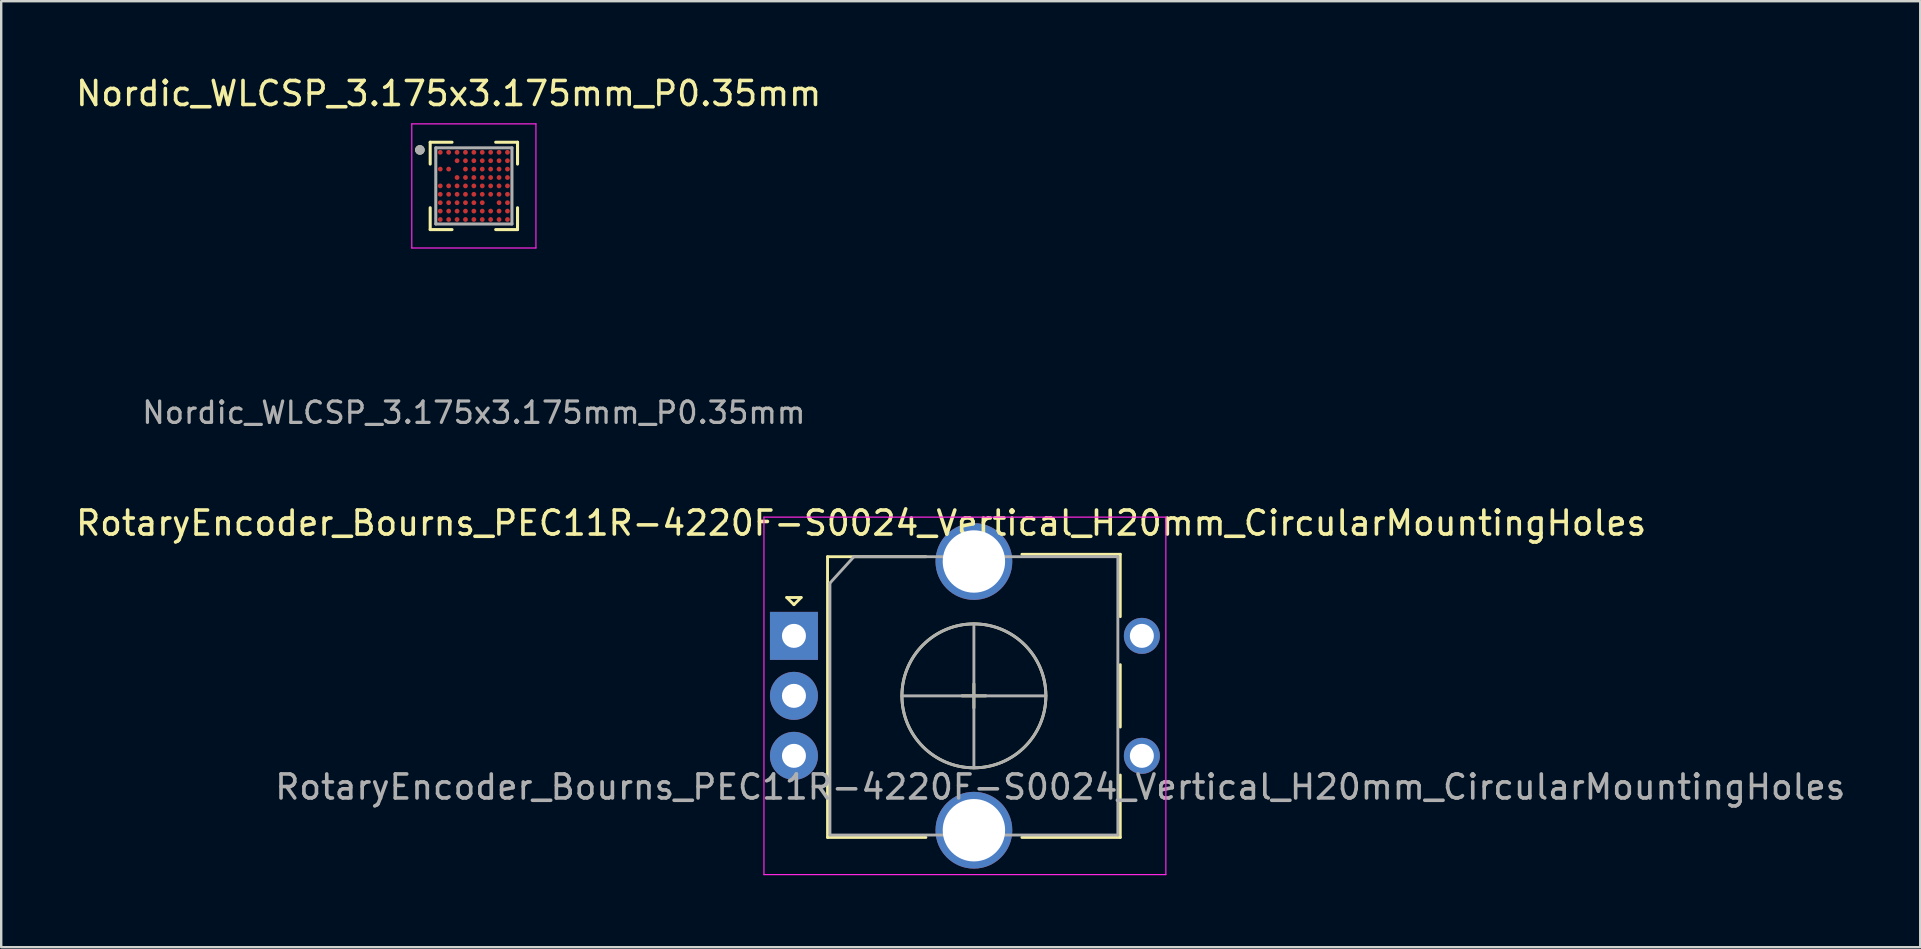
<source format=kicad_pcb>
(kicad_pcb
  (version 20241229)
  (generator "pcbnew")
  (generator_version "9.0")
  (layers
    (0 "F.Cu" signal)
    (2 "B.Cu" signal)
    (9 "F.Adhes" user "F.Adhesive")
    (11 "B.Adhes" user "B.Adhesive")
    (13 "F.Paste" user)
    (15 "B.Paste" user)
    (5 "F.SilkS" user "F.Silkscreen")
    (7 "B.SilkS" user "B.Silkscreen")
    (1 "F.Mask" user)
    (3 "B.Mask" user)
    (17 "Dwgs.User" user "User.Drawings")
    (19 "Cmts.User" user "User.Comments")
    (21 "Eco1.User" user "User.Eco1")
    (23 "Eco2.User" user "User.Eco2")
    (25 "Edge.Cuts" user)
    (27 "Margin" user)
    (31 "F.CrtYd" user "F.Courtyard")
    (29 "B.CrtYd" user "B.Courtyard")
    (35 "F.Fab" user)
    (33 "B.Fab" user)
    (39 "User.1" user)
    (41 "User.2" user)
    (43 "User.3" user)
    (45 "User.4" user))
  (footprint "RotaryEncoder_Bourns_PEC11R-4220F-S0024_Vertical_H20mm_CircularMountingHoles"
    (layer "F.Cu")
    (at 30.039 23.451)
    (property "Reference" "RotaryEncoder_Bourns_PEC11R-4220F-S0024_Vertical_H20mm_CircularMountingHoles" (at 2.8 -4.7 0) (layer "F.SilkS") (effects (font (size 1 1) (thickness 0.15))))
    (attr through_hole)
    (fp_line (start -0.3 -1.6) (end 0.3 -1.6) (stroke (width 0.12) (type solid)) (layer "F.SilkS"))
    (fp_line (start 0 -1.3) (end -0.3 -1.6) (stroke (width 0.12) (type solid)) (layer "F.SilkS"))
    (fp_line (start 0.3 -1.6) (end 0 -1.3) (stroke (width 0.12) (type solid)) (layer "F.SilkS"))
    (fp_line (start 1.4 -3.3) (end 1.4 8.4) (stroke (width 0.12) (type solid)) (layer "F.SilkS"))
    (fp_line (start 5.5 -3.3) (end 1.4 -3.3) (stroke (width 0.12) (type solid)) (layer "F.SilkS"))
    (fp_line (start 5.5 8.4) (end 1.4 8.4) (stroke (width 0.12) (type solid)) (layer "F.SilkS"))
    (fp_line (start 7 2.5) (end 8 2.5) (stroke (width 0.12) (type solid)) (layer "F.SilkS"))
    (fp_line (start 7.5 2) (end 7.5 3) (stroke (width 0.12) (type solid)) (layer "F.SilkS"))
    (fp_line (start 9.5 -3.4) (end 13.6 -3.4) (stroke (width 0.12) (type solid)) (layer "F.SilkS"))
    (fp_line (start 13.6 -3.4) (end 13.6 -0.8) (stroke (width 0.12) (type solid)) (layer "F.SilkS"))
    (fp_line (start 13.6 1.2) (end 13.6 3.8) (stroke (width 0.12) (type solid)) (layer "F.SilkS"))
    (fp_line (start 13.6 5.8) (end 13.6 8.4) (stroke (width 0.12) (type solid)) (layer "F.SilkS"))
    (fp_line (start 13.6 8.4) (end 9.5 8.4) (stroke (width 0.12) (type solid)) (layer "F.SilkS"))
    (fp_circle (center 7.5 2.5) (end 10.5 2.5) (stroke (width 0.12) (type solid)) (fill no) (layer "F.SilkS"))
    (fp_line (start -1.25 -4.95) (end -1.25 9.95) (stroke (width 0.05) (type solid)) (layer "F.CrtYd"))
    (fp_line (start -1.25 -4.95) (end 15.5 -4.95) (stroke (width 0.05) (type solid)) (layer "F.CrtYd"))
    (fp_line (start 15.5 9.95) (end -1.25 9.95) (stroke (width 0.05) (type solid)) (layer "F.CrtYd"))
    (fp_line (start 15.5 9.95) (end 15.5 -4.95) (stroke (width 0.05) (type solid)) (layer "F.CrtYd"))
    (fp_line (start 1.5 -2.2) (end 2.5 -3.3) (stroke (width 0.12) (type solid)) (layer "F.Fab"))
    (fp_line (start 1.5 8.3) (end 1.5 -2.2) (stroke (width 0.12) (type solid)) (layer "F.Fab"))
    (fp_line (start 2.5 -3.3) (end 13.5 -3.3) (stroke (width 0.12) (type solid)) (layer "F.Fab"))
    (fp_line (start 4.5 2.5) (end 10.5 2.5) (stroke (width 0.12) (type solid)) (layer "F.Fab"))
    (fp_line (start 7.5 -0.5) (end 7.5 5.5) (stroke (width 0.12) (type solid)) (layer "F.Fab"))
    (fp_line (start 13.5 -3.3) (end 13.5 8.3) (stroke (width 0.12) (type solid)) (layer "F.Fab"))
    (fp_line (start 13.5 8.3) (end 1.5 8.3) (stroke (width 0.12) (type solid)) (layer "F.Fab"))
    (fp_circle (center 7.5 2.5) (end 10.5 2.5) (stroke (width 0.12) (type solid)) (fill no) (layer "F.Fab"))
    (fp_text user "${REFERENCE}" (at 11.1 6.3 0) (layer "F.Fab") (effects (font (size 1 1) (thickness 0.15))))
    (pad "" thru_hole circle (at 14.5 0) (size 1.5 1.5) (drill 1) (layers "*.Cu" "*.Mask"))
    (pad "" thru_hole circle (at 14.5 5) (size 1.5 1.5) (drill 1) (layers "*.Cu" "*.Mask"))
    (pad "A" thru_hole rect (at 0 0) (size 2 2) (drill 1) (layers "*.Cu" "*.Mask"))
    (pad "B" thru_hole circle (at 0 5) (size 2 2) (drill 1) (layers "*.Cu" "*.Mask"))
    (pad "C" thru_hole circle (at 0 2.5) (size 2 2) (drill 1) (layers "*.Cu" "*.Mask"))
    (pad "MP" thru_hole circle (at 7.5 -3.1) (size 3.2 3.2) (drill 2.6) (layers "*.Cu" "*.Mask"))
    (pad "MP" thru_hole circle (at 7.5 8.1) (size 3.2 3.2) (drill 2.6) (layers "*.Cu" "*.Mask")))
  (footprint "Nordic_WLCSP_3.175x3.175mm_P0.35mm"
    (layer "F.Cu")
    (at 16.699 4.698)
    (property "Reference" "Nordic_WLCSP_3.175x3.175mm_P0.35mm" (at -1.05 -3.85 0) (layer "F.SilkS") (effects (font (size 1 1) (thickness 0.15))))
    (attr smd)
    (fp_circle (center -1.4 -1.4) (end -1.325 -1.4) (stroke (width 0.15) (type solid)) (fill no) (layer "F.Mask"))
    (fp_circle (center -1.4 -0.7) (end -1.325 -0.7) (stroke (width 0.15) (type solid)) (fill no) (layer "F.Mask"))
    (fp_circle (center -1.4 0) (end -1.325 0) (stroke (width 0.15) (type solid)) (fill no) (layer "F.Mask"))
    (fp_circle (center -1.4 0.35) (end -1.325 0.35) (stroke (width 0.15) (type solid)) (fill no) (layer "F.Mask"))
    (fp_circle (center -1.4 0.7) (end -1.325 0.7) (stroke (width 0.15) (type solid)) (fill no) (layer "F.Mask"))
    (fp_circle (center -1.4 1.05) (end -1.325 1.05) (stroke (width 0.15) (type solid)) (fill no) (layer "F.Mask"))
    (fp_circle (center -1.4 1.4) (end -1.325 1.4) (stroke (width 0.15) (type solid)) (fill no) (layer "F.Mask"))
    (fp_circle (center -1.05 -1.4) (end -0.975 -1.4) (stroke (width 0.15) (type solid)) (fill no) (layer "F.Mask"))
    (fp_circle (center -1.05 -0.7) (end -0.975 -0.7) (stroke (width 0.15) (type solid)) (fill no) (layer "F.Mask"))
    (fp_circle (center -1.05 0) (end -0.975 0) (stroke (width 0.15) (type solid)) (fill no) (layer "F.Mask"))
    (fp_circle (center -1.05 0.35) (end -0.975 0.35) (stroke (width 0.15) (type solid)) (fill no) (layer "F.Mask"))
    (fp_circle (center -1.05 0.7) (end -0.975 0.7) (stroke (width 0.15) (type solid)) (fill no) (layer "F.Mask"))
    (fp_circle (center -1.05 1.05) (end -0.975 1.05) (stroke (width 0.15) (type solid)) (fill no) (layer "F.Mask"))
    (fp_circle (center -1.05 1.4) (end -0.975 1.4) (stroke (width 0.15) (type solid)) (fill no) (layer "F.Mask"))
    (fp_circle (center -0.7 -1.4) (end -0.625 -1.4) (stroke (width 0.15) (type solid)) (fill no) (layer "F.Mask"))
    (fp_circle (center -0.7 -1.05) (end -0.625 -1.05) (stroke (width 0.15) (type solid)) (fill no) (layer "F.Mask"))
    (fp_circle (center -0.7 -0.35) (end -0.625 -0.35) (stroke (width 0.15) (type solid)) (fill no) (layer "F.Mask"))
    (fp_circle (center -0.7 0) (end -0.625 0) (stroke (width 0.15) (type solid)) (fill no) (layer "F.Mask"))
    (fp_circle (center -0.7 0.35) (end -0.625 0.35) (stroke (width 0.15) (type solid)) (fill no) (layer "F.Mask"))
    (fp_circle (center -0.7 0.7) (end -0.625 0.7) (stroke (width 0.15) (type solid)) (fill no) (layer "F.Mask"))
    (fp_circle (center -0.7 1.05) (end -0.625 1.05) (stroke (width 0.15) (type solid)) (fill no) (layer "F.Mask"))
    (fp_circle (center -0.7 1.4) (end -0.625 1.4) (stroke (width 0.15) (type solid)) (fill no) (layer "F.Mask"))
    (fp_circle (center -0.35 -1.4) (end -0.275 -1.4) (stroke (width 0.15) (type solid)) (fill no) (layer "F.Mask"))
    (fp_circle (center -0.35 -1.05) (end -0.275 -1.05) (stroke (width 0.15) (type solid)) (fill no) (layer "F.Mask"))
    (fp_circle (center -0.35 -0.7) (end -0.275 -0.7) (stroke (width 0.15) (type solid)) (fill no) (layer "F.Mask"))
    (fp_circle (center -0.35 -0.35) (end -0.275 -0.35) (stroke (width 0.15) (type solid)) (fill no) (layer "F.Mask"))
    (fp_circle (center -0.35 0) (end -0.275 0) (stroke (width 0.15) (type solid)) (fill no) (layer "F.Mask"))
    (fp_circle (center -0.35 0.35) (end -0.275 0.35) (stroke (width 0.15) (type solid)) (fill no) (layer "F.Mask"))
    (fp_circle (center -0.35 0.7) (end -0.275 0.7) (stroke (width 0.15) (type solid)) (fill no) (layer "F.Mask"))
    (fp_circle (center -0.35 1.05) (end -0.275 1.05) (stroke (width 0.15) (type solid)) (fill no) (layer "F.Mask"))
    (fp_circle (center -0.35 1.4) (end -0.275 1.4) (stroke (width 0.15) (type solid)) (fill no) (layer "F.Mask"))
    (fp_circle (center 0 -1.4) (end 0.075 -1.4) (stroke (width 0.15) (type solid)) (fill no) (layer "F.Mask"))
    (fp_circle (center 0 -1.05) (end 0.075 -1.05) (stroke (width 0.15) (type solid)) (fill no) (layer "F.Mask"))
    (fp_circle (center 0 -0.7) (end 0.075 -0.7) (stroke (width 0.15) (type solid)) (fill no) (layer "F.Mask"))
    (fp_circle (center 0 -0.35) (end 0.075 -0.35) (stroke (width 0.15) (type solid)) (fill no) (layer "F.Mask"))
    (fp_circle (center 0 0) (end 0.075 0) (stroke (width 0.15) (type solid)) (fill no) (layer "F.Mask"))
    (fp_circle (center 0 0.35) (end 0.075 0.35) (stroke (width 0.15) (type solid)) (fill no) (layer "F.Mask"))
    (fp_circle (center 0 0.7) (end 0.075 0.7) (stroke (width 0.15) (type solid)) (fill no) (layer "F.Mask"))
    (fp_circle (center 0 1.05) (end 0.075 1.05) (stroke (width 0.15) (type solid)) (fill no) (layer "F.Mask"))
    (fp_circle (center 0 1.4) (end 0.075 1.4) (stroke (width 0.15) (type solid)) (fill no) (layer "F.Mask"))
    (fp_circle (center 0.35 -1.4) (end 0.425 -1.4) (stroke (width 0.15) (type solid)) (fill no) (layer "F.Mask"))
    (fp_circle (center 0.35 -1.05) (end 0.425 -1.05) (stroke (width 0.15) (type solid)) (fill no) (layer "F.Mask"))
    (fp_circle (center 0.35 -0.7) (end 0.425 -0.7) (stroke (width 0.15) (type solid)) (fill no) (layer "F.Mask"))
    (fp_circle (center 0.35 -0.35) (end 0.425 -0.35) (stroke (width 0.15) (type solid)) (fill no) (layer "F.Mask"))
    (fp_circle (center 0.35 0) (end 0.425 0) (stroke (width 0.15) (type solid)) (fill no) (layer "F.Mask"))
    (fp_circle (center 0.35 0.35) (end 0.425 0.35) (stroke (width 0.15) (type solid)) (fill no) (layer "F.Mask"))
    (fp_circle (center 0.35 0.7) (end 0.425 0.7) (stroke (width 0.15) (type solid)) (fill no) (layer "F.Mask"))
    (fp_circle (center 0.35 1.05) (end 0.425 1.05) (stroke (width 0.15) (type solid)) (fill no) (layer "F.Mask"))
    (fp_circle (center 0.35 1.4) (end 0.425 1.4) (stroke (width 0.15) (type solid)) (fill no) (layer "F.Mask"))
    (fp_circle (center 0.7 -1.4) (end 0.775 -1.4) (stroke (width 0.15) (type solid)) (fill no) (layer "F.Mask"))
    (fp_circle (center 0.7 -1.05) (end 0.775 -1.05) (stroke (width 0.15) (type solid)) (fill no) (layer "F.Mask"))
    (fp_circle (center 0.7 -0.7) (end 0.775 -0.7) (stroke (width 0.15) (type solid)) (fill no) (layer "F.Mask"))
    (fp_circle (center 0.7 -0.35) (end 0.775 -0.35) (stroke (width 0.15) (type solid)) (fill no) (layer "F.Mask"))
    (fp_circle (center 0.7 0) (end 0.775 0) (stroke (width 0.15) (type solid)) (fill no) (layer "F.Mask"))
    (fp_circle (center 0.7 0.35) (end 0.775 0.35) (stroke (width 0.15) (type solid)) (fill no) (layer "F.Mask"))
    (fp_circle (center 0.7 1.05) (end 0.775 1.05) (stroke (width 0.15) (type solid)) (fill no) (layer "F.Mask"))
    (fp_circle (center 0.7 1.4) (end 0.775 1.4) (stroke (width 0.15) (type solid)) (fill no) (layer "F.Mask"))
    (fp_circle (center 1.05 -1.4) (end 1.125 -1.4) (stroke (width 0.15) (type solid)) (fill no) (layer "F.Mask"))
    (fp_circle (center 1.05 -1.05) (end 1.125 -1.05) (stroke (width 0.15) (type solid)) (fill no) (layer "F.Mask"))
    (fp_circle (center 1.05 -0.7) (end 1.125 -0.7) (stroke (width 0.15) (type solid)) (fill no) (layer "F.Mask"))
    (fp_circle (center 1.05 -0.35) (end 1.125 -0.35) (stroke (width 0.15) (type solid)) (fill no) (layer "F.Mask"))
    (fp_circle (center 1.05 0) (end 1.125 0) (stroke (width 0.15) (type solid)) (fill no) (layer "F.Mask"))
    (fp_circle (center 1.05 0.35) (end 1.125 0.35) (stroke (width 0.15) (type solid)) (fill no) (layer "F.Mask"))
    (fp_circle (center 1.05 0.7) (end 1.125 0.7) (stroke (width 0.15) (type solid)) (fill no) (layer "F.Mask"))
    (fp_circle (center 1.05 1.05) (end 1.125 1.05) (stroke (width 0.15) (type solid)) (fill no) (layer "F.Mask"))
    (fp_circle (center 1.05 1.4) (end 1.125 1.4) (stroke (width 0.15) (type solid)) (fill no) (layer "F.Mask"))
    (fp_circle (center 1.4 -1.4) (end 1.475 -1.4) (stroke (width 0.15) (type solid)) (fill no) (layer "F.Mask"))
    (fp_circle (center 1.4 -1.05) (end 1.475 -1.05) (stroke (width 0.15) (type solid)) (fill no) (layer "F.Mask"))
    (fp_circle (center 1.4 -0.7) (end 1.475 -0.7) (stroke (width 0.15) (type solid)) (fill no) (layer "F.Mask"))
    (fp_circle (center 1.4 -0.35) (end 1.475 -0.35) (stroke (width 0.15) (type solid)) (fill no) (layer "F.Mask"))
    (fp_circle (center 1.4 0) (end 1.475 0) (stroke (width 0.15) (type solid)) (fill no) (layer "F.Mask"))
    (fp_circle (center 1.4 0.35) (end 1.475 0.35) (stroke (width 0.15) (type solid)) (fill no) (layer "F.Mask"))
    (fp_circle (center 1.4 0.7) (end 1.475 0.7) (stroke (width 0.15) (type solid)) (fill no) (layer "F.Mask"))
    (fp_circle (center 1.4 1.05) (end 1.475 1.05) (stroke (width 0.15) (type solid)) (fill no) (layer "F.Mask"))
    (fp_circle (center 1.4 1.4) (end 1.475 1.4) (stroke (width 0.15) (type solid)) (fill no) (layer "F.Mask"))
    (fp_line (start -1.82 -1.82) (end -0.91 -1.82) (stroke (width 0.127) (type solid)) (layer "F.SilkS"))
    (fp_line (start -1.82 -0.91) (end -1.82 -1.82) (stroke (width 0.127) (type solid)) (layer "F.SilkS"))
    (fp_line (start -1.82 0.91) (end -1.82 1.82) (stroke (width 0.127) (type solid)) (layer "F.SilkS"))
    (fp_line (start -1.82 1.82) (end -0.91 1.82) (stroke (width 0.127) (type solid)) (layer "F.SilkS"))
    (fp_line (start 1.82 -1.82) (end 0.91 -1.82) (stroke (width 0.127) (type solid)) (layer "F.SilkS"))
    (fp_line (start 1.82 -0.91) (end 1.82 -1.82) (stroke (width 0.127) (type solid)) (layer "F.SilkS"))
    (fp_line (start 1.82 0.91) (end 1.82 1.82) (stroke (width 0.127) (type solid)) (layer "F.SilkS"))
    (fp_line (start 1.82 1.82) (end 0.91 1.82) (stroke (width 0.127) (type solid)) (layer "F.SilkS"))
    (fp_circle (center -2.25 -1.5) (end -2.15 -1.5) (stroke (width 0.2) (type solid)) (fill no) (layer "F.SilkS"))
    (fp_line (start -2.587 -2.587) (end 2.587 -2.587) (stroke (width 0.05) (type solid)) (layer "F.CrtYd"))
    (fp_line (start -2.587 2.587) (end -2.587 -2.587) (stroke (width 0.05) (type solid)) (layer "F.CrtYd"))
    (fp_line (start 2.587 -2.587) (end 2.587 2.587) (stroke (width 0.05) (type solid)) (layer "F.CrtYd"))
    (fp_line (start 2.587 2.587) (end -2.587 2.587) (stroke (width 0.05) (type solid)) (layer "F.CrtYd"))
    (fp_line (start -1.587 -1.587) (end 1.587 -1.587) (stroke (width 0.127) (type solid)) (layer "F.Fab"))
    (fp_line (start -1.587 1.587) (end -1.587 -1.587) (stroke (width 0.127) (type solid)) (layer "F.Fab"))
    (fp_line (start 1.587 -1.587) (end 1.587 1.587) (stroke (width 0.127) (type solid)) (layer "F.Fab"))
    (fp_line (start 1.587 1.587) (end -1.587 1.587) (stroke (width 0.127) (type solid)) (layer "F.Fab"))
    (fp_circle (center -2.25 -1.5) (end -2.15 -1.5) (stroke (width 0.2) (type solid)) (fill no) (layer "F.Fab"))
    (fp_text user "${REFERENCE}" (at 0 9.45 0) (layer "F.Fab") (effects (font (size 0.89 0.89) (thickness 0.134))))
    (pad "A1" smd circle (at -1.4 -1.4) (size 0.2 0.2) (layers "F.Cu" "F.Paste"))
    (pad "A2" smd circle (at -1.05 -1.4) (size 0.2 0.2) (layers "F.Cu" "F.Paste"))
    (pad "A3" smd circle (at -0.7 -1.4) (size 0.2 0.2) (layers "F.Cu" "F.Paste"))
    (pad "A4" smd circle (at -0.35 -1.4) (size 0.2 0.2) (layers "F.Cu" "F.Paste"))
    (pad "A5" smd circle (at 0 -1.4) (size 0.2 0.2) (layers "F.Cu" "F.Paste"))
    (pad "A6" smd circle (at 0.35 -1.4) (size 0.2 0.2) (layers "F.Cu" "F.Paste"))
    (pad "A7" smd circle (at 0.7 -1.4) (size 0.2 0.2) (layers "F.Cu" "F.Paste"))
    (pad "A8" smd circle (at 1.05 -1.4) (size 0.2 0.2) (layers "F.Cu" "F.Paste"))
    (pad "A9" smd circle (at 1.4 -1.4) (size 0.2 0.2) (layers "F.Cu" "F.Paste"))
    (pad "B3" smd circle (at -0.7 -1.05) (size 0.2 0.2) (layers "F.Cu" "F.Paste"))
    (pad "B4" smd circle (at -0.35 -1.05) (size 0.2 0.2) (layers "F.Cu" "F.Paste"))
    (pad "B5" smd circle (at 0 -1.05) (size 0.2 0.2) (layers "F.Cu" "F.Paste"))
    (pad "B6" smd circle (at 0.35 -1.05) (size 0.2 0.2) (layers "F.Cu" "F.Paste"))
    (pad "B7" smd circle (at 0.7 -1.05) (size 0.2 0.2) (layers "F.Cu" "F.Paste"))
    (pad "B8" smd circle (at 1.05 -1.05) (size 0.2 0.2) (layers "F.Cu" "F.Paste"))
    (pad "B9" smd circle (at 1.4 -1.05) (size 0.2 0.2) (layers "F.Cu" "F.Paste"))
    (pad "C1" smd circle (at -1.4 -0.7) (size 0.2 0.2) (layers "F.Cu" "F.Paste"))
    (pad "C2" smd circle (at -1.05 -0.7) (size 0.2 0.2) (layers "F.Cu" "F.Paste"))
    (pad "C4" smd circle (at -0.35 -0.7) (size 0.2 0.2) (layers "F.Cu" "F.Paste"))
    (pad "C5" smd circle (at 0 -0.7) (size 0.2 0.2) (layers "F.Cu" "F.Paste"))
    (pad "C6" smd circle (at 0.35 -0.7) (size 0.2 0.2) (layers "F.Cu" "F.Paste"))
    (pad "C7" smd circle (at 0.7 -0.7) (size 0.2 0.2) (layers "F.Cu" "F.Paste"))
    (pad "C8" smd circle (at 1.05 -0.7) (size 0.2 0.2) (layers "F.Cu" "F.Paste"))
    (pad "C9" smd circle (at 1.4 -0.7) (size 0.2 0.2) (layers "F.Cu" "F.Paste"))
    (pad "D3" smd circle (at -0.7 -0.35) (size 0.2 0.2) (layers "F.Cu" "F.Paste"))
    (pad "D4" smd circle (at -0.35 -0.35) (size 0.2 0.2) (layers "F.Cu" "F.Paste"))
    (pad "D5" smd circle (at 0 -0.35) (size 0.2 0.2) (layers "F.Cu" "F.Paste"))
    (pad "D6" smd circle (at 0.35 -0.35) (size 0.2 0.2) (layers "F.Cu" "F.Paste"))
    (pad "D7" smd circle (at 0.7 -0.35) (size 0.2 0.2) (layers "F.Cu" "F.Paste"))
    (pad "D8" smd circle (at 1.05 -0.35) (size 0.2 0.2) (layers "F.Cu" "F.Paste"))
    (pad "D9" smd circle (at 1.4 -0.35) (size 0.2 0.2) (layers "F.Cu" "F.Paste"))
    (pad "E1" smd circle (at -1.4 0) (size 0.2 0.2) (layers "F.Cu" "F.Paste"))
    (pad "E2" smd circle (at -1.05 0) (size 0.2 0.2) (layers "F.Cu" "F.Paste"))
    (pad "E3" smd circle (at -0.7 0) (size 0.2 0.2) (layers "F.Cu" "F.Paste"))
    (pad "E4" smd circle (at -0.35 0) (size 0.2 0.2) (layers "F.Cu" "F.Paste"))
    (pad "E5" smd circle (at 0 0) (size 0.2 0.2) (layers "F.Cu" "F.Paste"))
    (pad "E6" smd circle (at 0.35 0) (size 0.2 0.2) (layers "F.Cu" "F.Paste"))
    (pad "E7" smd circle (at 0.7 0) (size 0.2 0.2) (layers "F.Cu" "F.Paste"))
    (pad "E8" smd circle (at 1.05 0) (size 0.2 0.2) (layers "F.Cu" "F.Paste"))
    (pad "E9" smd circle (at 1.4 0) (size 0.2 0.2) (layers "F.Cu" "F.Paste"))
    (pad "F1" smd circle (at -1.4 0.35) (size 0.2 0.2) (layers "F.Cu" "F.Paste"))
    (pad "F2" smd circle (at -1.05 0.35) (size 0.2 0.2) (layers "F.Cu" "F.Paste"))
    (pad "F3" smd circle (at -0.7 0.35) (size 0.2 0.2) (layers "F.Cu" "F.Paste"))
    (pad "F4" smd circle (at -0.35 0.35) (size 0.2 0.2) (layers "F.Cu" "F.Paste"))
    (pad "F5" smd circle (at 0 0.35) (size 0.2 0.2) (layers "F.Cu" "F.Paste"))
    (pad "F6" smd circle (at 0.35 0.35) (size 0.2 0.2) (layers "F.Cu" "F.Paste"))
    (pad "F7" smd circle (at 0.7 0.35) (size 0.2 0.2) (layers "F.Cu" "F.Paste"))
    (pad "F8" smd circle (at 1.05 0.35) (size 0.2 0.2) (layers "F.Cu" "F.Paste"))
    (pad "F9" smd circle (at 1.4 0.35) (size 0.2 0.2) (layers "F.Cu" "F.Paste"))
    (pad "G1" smd circle (at -1.4 0.7) (size 0.2 0.2) (layers "F.Cu" "F.Paste"))
    (pad "G2" smd circle (at -1.05 0.7) (size 0.2 0.2) (layers "F.Cu" "F.Paste"))
    (pad "G3" smd circle (at -0.7 0.7) (size 0.2 0.2) (layers "F.Cu" "F.Paste"))
    (pad "G4" smd circle (at -0.35 0.7) (size 0.2 0.2) (layers "F.Cu" "F.Paste"))
    (pad "G5" smd circle (at 0 0.7) (size 0.2 0.2) (layers "F.Cu" "F.Paste"))
    (pad "G6" smd circle (at 0.35 0.7) (size 0.2 0.2) (layers "F.Cu" "F.Paste"))
    (pad "G8" smd circle (at 1.05 0.7) (size 0.2 0.2) (layers "F.Cu" "F.Paste"))
    (pad "G9" smd circle (at 1.4 0.7) (size 0.2 0.2) (layers "F.Cu" "F.Paste"))
    (pad "H1" smd circle (at -1.4 1.05) (size 0.2 0.2) (layers "F.Cu" "F.Paste"))
    (pad "H2" smd circle (at -1.05 1.05) (size 0.2 0.2) (layers "F.Cu" "F.Paste"))
    (pad "H3" smd circle (at -0.7 1.05) (size 0.2 0.2) (layers "F.Cu" "F.Paste"))
    (pad "H4" smd circle (at -0.35 1.05) (size 0.2 0.2) (layers "F.Cu" "F.Paste"))
    (pad "H5" smd circle (at 0 1.05) (size 0.2 0.2) (layers "F.Cu" "F.Paste"))
    (pad "H6" smd circle (at 0.35 1.05) (size 0.2 0.2) (layers "F.Cu" "F.Paste"))
    (pad "H7" smd circle (at 0.7 1.05) (size 0.2 0.2) (layers "F.Cu" "F.Paste"))
    (pad "H8" smd circle (at 1.05 1.05) (size 0.2 0.2) (layers "F.Cu" "F.Paste"))
    (pad "H9" smd circle (at 1.4 1.05) (size 0.2 0.2) (layers "F.Cu" "F.Paste"))
    (pad "J1" smd circle (at -1.4 1.4) (size 0.2 0.2) (layers "F.Cu" "F.Paste"))
    (pad "J2" smd circle (at -1.05 1.4) (size 0.2 0.2) (layers "F.Cu" "F.Paste"))
    (pad "J3" smd circle (at -0.7 1.4) (size 0.2 0.2) (layers "F.Cu" "F.Paste"))
    (pad "J4" smd circle (at -0.35 1.4) (size 0.2 0.2) (layers "F.Cu" "F.Paste"))
    (pad "J5" smd circle (at 0 1.4) (size 0.2 0.2) (layers "F.Cu" "F.Paste"))
    (pad "J6" smd circle (at 0.35 1.4) (size 0.2 0.2) (layers "F.Cu" "F.Paste"))
    (pad "J7" smd circle (at 0.7 1.4) (size 0.2 0.2) (layers "F.Cu" "F.Paste"))
    (pad "J8" smd circle (at 1.05 1.4) (size 0.2 0.2) (layers "F.Cu" "F.Paste"))
    (pad "J9" smd circle (at 1.4 1.4) (size 0.2 0.2) (layers "F.Cu" "F.Paste")))
  (gr_rect
    (start -3 -3)
    (end 76.979 36.426)
    (stroke (width 0.1) (type default))
    (fill no)
    (layer "Edge.Cuts")))
</source>
